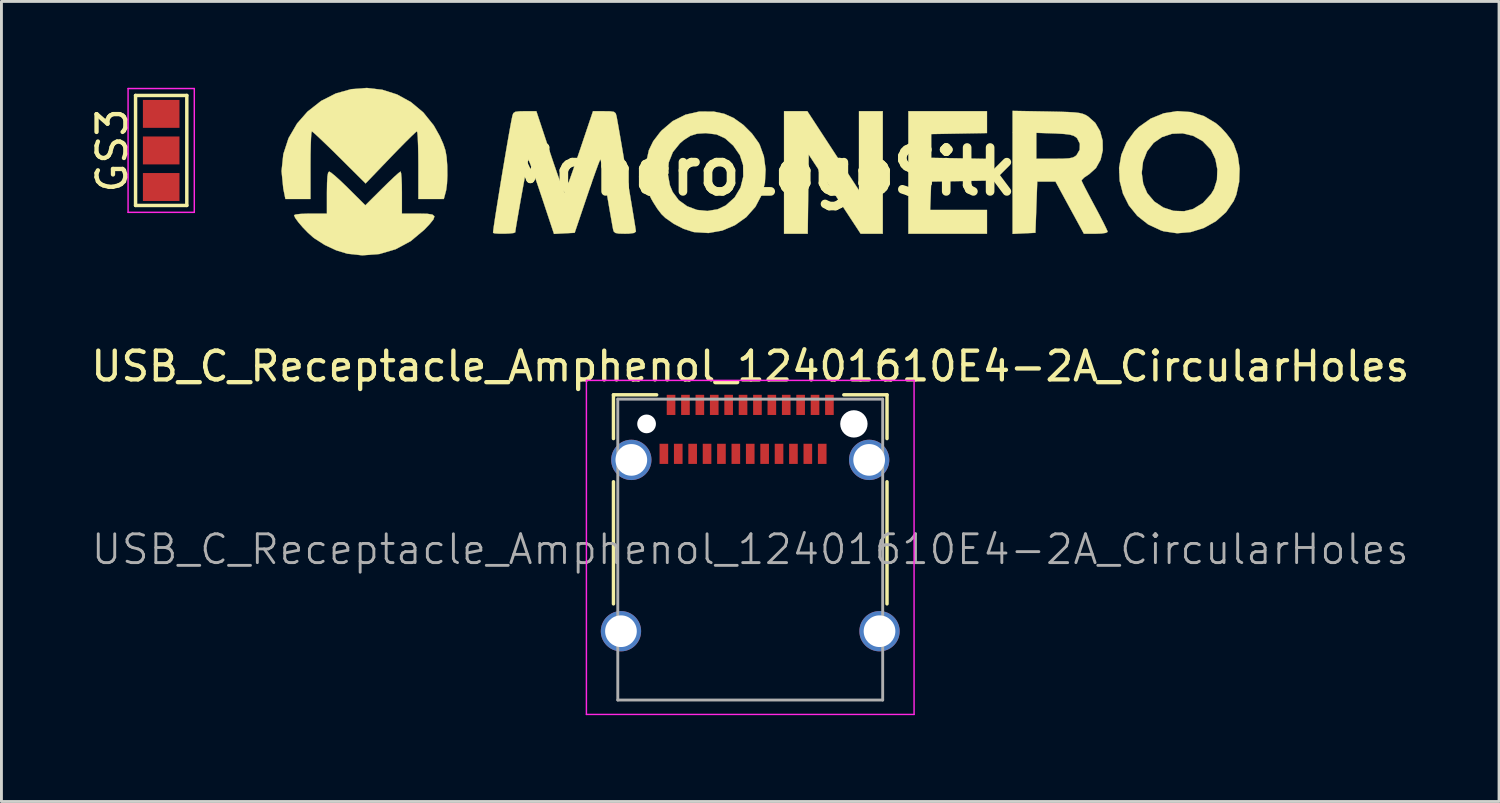
<source format=kicad_pcb>
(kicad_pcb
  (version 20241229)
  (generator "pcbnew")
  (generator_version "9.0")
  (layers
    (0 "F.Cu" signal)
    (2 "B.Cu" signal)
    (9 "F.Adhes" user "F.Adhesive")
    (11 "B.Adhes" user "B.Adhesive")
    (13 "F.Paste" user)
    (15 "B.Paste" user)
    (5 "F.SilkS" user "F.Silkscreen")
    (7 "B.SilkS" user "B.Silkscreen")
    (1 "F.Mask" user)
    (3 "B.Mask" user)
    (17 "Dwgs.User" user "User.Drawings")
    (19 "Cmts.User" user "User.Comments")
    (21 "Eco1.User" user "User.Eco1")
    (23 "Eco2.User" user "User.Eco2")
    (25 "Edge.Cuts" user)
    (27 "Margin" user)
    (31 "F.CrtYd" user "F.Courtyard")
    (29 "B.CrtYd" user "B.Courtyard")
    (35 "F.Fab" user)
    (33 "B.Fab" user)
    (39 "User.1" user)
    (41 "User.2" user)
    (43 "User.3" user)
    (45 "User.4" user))
  (footprint "MoneroLogoSilk"
    (layer "F.Cu")
    (at 23.354 2.908)
    (property "Reference" "MoneroLogoSilk" (at 0 0 0) (layer "F.SilkS") (effects (font (size 1.524 1.524) (thickness 0.3))))
    (attr through_hole)
    (fp_poly (pts (xy 2.533 -0.721) (xy 3.429 0.653) (xy 3.429 -2.095) (xy 4.255 -2.095) (xy 4.255 2.159) (xy 3.486 2.159) (xy 2.584 0.784) (xy 1.683 -0.59) (xy 1.666 0.784) (xy 1.649 2.159) (xy 0.826 2.159) (xy 0.826 -2.095) (xy 1.636 -2.095) (xy 2.533 -0.721)) (stroke (width 0.01) (type solid)) (fill yes) (layer "F.SilkS"))
    (fp_poly (pts (xy 7.874 -1.337) (xy 5.937 -1.302) (xy 5.937 -0.476) (xy 6.906 -0.459) (xy 7.874 -0.441) (xy 7.874 0.314) (xy 5.937 0.349) (xy 5.919 0.841) (xy 5.9 1.333) (xy 7.874 1.333) (xy 7.874 2.159) (xy 5.144 2.159) (xy 5.144 -2.095) (xy 7.874 -2.095) (xy 7.874 -1.337)) (stroke (width 0.01) (type solid)) (fill yes) (layer "F.SilkS"))
    (fp_poly (pts (xy -12.474 0.059) (xy -12.459 0.221) (xy -12.449 0.459) (xy -12.446 0.73) (xy -12.446 1.46) (xy -11.874 1.46) (xy -11.572 1.466) (xy -11.388 1.493) (xy -11.315 1.554) (xy -11.351 1.663) (xy -11.489 1.833) (xy -11.669 2.022) (xy -12.139 2.416) (xy -12.663 2.698) (xy -13.228 2.864) (xy -13.822 2.91) (xy -14.34 2.853) (xy -14.722 2.738) (xy -15.123 2.551) (xy -15.484 2.32) (xy -15.537 2.279) (xy -15.712 2.122) (xy -15.89 1.938) (xy -16.045 1.756) (xy -16.154 1.605) (xy -16.192 1.515) (xy -16.134 1.491) (xy -15.976 1.472) (xy -15.749 1.462) (xy -15.621 1.46) (xy -15.05 1.46) (xy -15.05 0.73) (xy -15.045 0.392) (xy -15.032 0.166) (xy -15.008 0.04) (xy -14.972 0.000015) (xy -14.971 0) (xy -14.899 0.043) (xy -14.758 0.159) (xy -14.566 0.333) (xy -14.344 0.547) (xy -14.305 0.586) (xy -13.716 1.172) (xy -13.127 0.586) (xy -12.905 0.368) (xy -12.714 0.186) (xy -12.572 0.059) (xy -12.497 0.002) (xy -12.492 0) (xy -12.474 0.059)) (stroke (width 0.01) (type solid)) (fill yes) (layer "F.SilkS"))
    (fp_poly (pts (xy -13.128 -2.841) (xy -12.613 -2.677) (xy -12.133 -2.413) (xy -11.703 -2.054) (xy -11.339 -1.601) (xy -11.128 -1.227) (xy -11.009 -0.958) (xy -10.935 -0.737) (xy -10.894 -0.508) (xy -10.872 -0.215) (xy -10.87 -0.161) (xy -10.867 0.139) (xy -10.88 0.423) (xy -10.908 0.641) (xy -10.918 0.683) (xy -10.99 0.952) (xy -11.432 0.953) (xy -11.874 0.953) (xy -11.874 -0.222) (xy -11.877 -0.593) (xy -11.884 -0.915) (xy -11.894 -1.17) (xy -11.907 -1.338) (xy -11.922 -1.398) (xy -11.979 -1.355) (xy -12.108 -1.233) (xy -12.297 -1.047) (xy -12.531 -0.81) (xy -12.796 -0.537) (xy -12.838 -0.493) (xy -13.707 0.413) (xy -14.617 -0.492) (xy -14.895 -0.767) (xy -15.144 -1.007) (xy -15.348 -1.201) (xy -15.495 -1.335) (xy -15.569 -1.395) (xy -15.574 -1.397) (xy -15.589 -1.337) (xy -15.602 -1.169) (xy -15.612 -0.914) (xy -15.619 -0.592) (xy -15.621 -0.222) (xy -15.621 0.953) (xy -16.492 0.953) (xy -16.565 0.593) (xy -16.626 -0.017) (xy -16.564 -0.605) (xy -16.383 -1.16) (xy -16.085 -1.671) (xy -15.725 -2.081) (xy -15.252 -2.453) (xy -14.742 -2.712) (xy -14.208 -2.861) (xy -13.665 -2.903) (xy -13.128 -2.841)) (stroke (width 0.01) (type solid)) (fill yes) (layer "F.SilkS"))
    (fp_poly (pts (xy 14.957 -2.066) (xy 15.411 -1.926) (xy 15.825 -1.678) (xy 15.996 -1.53) (xy 16.181 -1.329) (xy 16.346 -1.117) (xy 16.437 -0.971) (xy 16.583 -0.565) (xy 16.648 -0.106) (xy 16.631 0.365) (xy 16.534 0.805) (xy 16.442 1.025) (xy 16.177 1.411) (xy 15.824 1.726) (xy 15.408 1.959) (xy 14.952 2.102) (xy 14.479 2.143) (xy 14.013 2.075) (xy 13.925 2.048) (xy 13.47 1.835) (xy 13.095 1.539) (xy 12.802 1.177) (xy 12.597 0.767) (xy 12.483 0.326) (xy 12.47 0.044) (xy 13.248 0.044) (xy 13.301 0.427) (xy 13.438 0.748) (xy 13.684 1.04) (xy 13.999 1.249) (xy 14.355 1.365) (xy 14.724 1.378) (xy 15.036 1.298) (xy 15.378 1.089) (xy 15.658 0.781) (xy 15.76 0.609) (xy 15.861 0.289) (xy 15.875 -0.075) (xy 15.806 -0.436) (xy 15.658 -0.75) (xy 15.641 -0.774) (xy 15.368 -1.055) (xy 15.036 -1.24) (xy 14.673 -1.327) (xy 14.302 -1.313) (xy 13.949 -1.196) (xy 13.663 -0.997) (xy 13.433 -0.701) (xy 13.294 -0.343) (xy 13.248 0.044) (xy 12.47 0.044) (xy 12.462 -0.129) (xy 12.54 -0.581) (xy 12.72 -1.012) (xy 13.005 -1.405) (xy 13.151 -1.549) (xy 13.561 -1.84) (xy 14.012 -2.023) (xy 14.484 -2.098) (xy 14.957 -2.066)) (stroke (width 0.01) (type solid)) (fill yes) (layer "F.SilkS"))
    (fp_poly (pts (xy 9.954 -2.086) (xy 10.374 -2.077) (xy 10.688 -2.067) (xy 10.917 -2.054) (xy 11.08 -2.034) (xy 11.199 -2.006) (xy 11.294 -1.967) (xy 11.384 -1.914) (xy 11.634 -1.692) (xy 11.803 -1.403) (xy 11.89 -1.075) (xy 11.895 -0.735) (xy 11.819 -0.408) (xy 11.66 -0.123) (xy 11.419 0.095) (xy 11.393 0.111) (xy 11.247 0.21) (xy 11.167 0.294) (xy 11.161 0.32) (xy 11.196 0.397) (xy 11.28 0.564) (xy 11.403 0.799) (xy 11.553 1.081) (xy 11.621 1.208) (xy 11.778 1.503) (xy 11.911 1.76) (xy 12.008 1.957) (xy 12.06 2.074) (xy 12.065 2.095) (xy 12.006 2.129) (xy 11.85 2.152) (xy 11.652 2.159) (xy 11.239 2.159) (xy 11.075 1.857) (xy 10.973 1.67) (xy 10.832 1.412) (xy 10.675 1.124) (xy 10.582 0.953) (xy 10.254 0.349) (xy 9.62 0.349) (xy 9.557 2.127) (xy 8.763 2.165) (xy 8.763 -0.445) (xy 9.588 -0.445) (xy 10.223 -0.445) (xy 10.523 -0.448) (xy 10.724 -0.46) (xy 10.854 -0.487) (xy 10.941 -0.533) (xy 10.986 -0.572) (xy 11.092 -0.756) (xy 11.099 -0.966) (xy 11.007 -1.152) (xy 10.979 -1.181) (xy 10.89 -1.24) (xy 10.76 -1.28) (xy 10.562 -1.305) (xy 10.269 -1.322) (xy 10.217 -1.324) (xy 9.588 -1.345) (xy 9.588 -0.445) (xy 8.763 -0.445) (xy 8.763 -2.107) (xy 9.954 -2.086)) (stroke (width 0.01) (type solid)) (fill yes) (layer "F.SilkS"))
    (fp_poly (pts (xy -1.608 -2.081) (xy -1.254 -2.007) (xy -0.925 -1.86) (xy -0.592 -1.623) (xy -0.291 -1.324) (xy -0.054 -0.996) (xy -0.017 -0.927) (xy 0.126 -0.528) (xy 0.186 -0.075) (xy 0.162 0.387) (xy 0.059 0.793) (xy -0.168 1.224) (xy -0.487 1.584) (xy -0.879 1.863) (xy -1.322 2.05) (xy -1.799 2.134) (xy -2.288 2.104) (xy -2.335 2.095) (xy -2.662 1.989) (xy -2.999 1.818) (xy -3.293 1.612) (xy -3.433 1.477) (xy -3.572 1.295) (xy -3.719 1.064) (xy -3.792 0.934) (xy -3.878 0.75) (xy -3.93 0.579) (xy -3.956 0.376) (xy -3.966 0.099) (xy -3.966 0.072) (xy -3.212 0.072) (xy -3.139 0.475) (xy -3.042 0.709) (xy -2.83 0.995) (xy -2.54 1.205) (xy -2.199 1.332) (xy -1.836 1.369) (xy -1.478 1.31) (xy -1.197 1.176) (xy -0.89 0.9) (xy -0.684 0.552) (xy -0.591 0.175) (xy -0.596 -0.224) (xy -0.707 -0.57) (xy -0.933 -0.895) (xy -0.944 -0.907) (xy -1.22 -1.153) (xy -1.518 -1.289) (xy -1.879 -1.333) (xy -1.899 -1.334) (xy -2.195 -1.314) (xy -2.43 -1.241) (xy -2.657 -1.094) (xy -2.791 -0.979) (xy -3.035 -0.677) (xy -3.177 -0.319) (xy -3.212 0.072) (xy -3.966 0.072) (xy -3.966 0.032) (xy -3.945 -0.396) (xy -3.868 -0.744) (xy -3.719 -1.052) (xy -3.484 -1.36) (xy -3.421 -1.43) (xy -3.039 -1.755) (xy -2.597 -1.975) (xy -2.113 -2.085) (xy -1.608 -2.081)) (stroke (width 0.01) (type solid)) (fill yes) (layer "F.SilkS"))
    (fp_poly (pts (xy -7.304 -0.671) (xy -7.17 -0.272) (xy -7.047 0.081) (xy -6.942 0.373) (xy -6.86 0.588) (xy -6.808 0.709) (xy -6.792 0.729) (xy -6.761 0.664) (xy -6.697 0.496) (xy -6.605 0.242) (xy -6.491 -0.082) (xy -6.362 -0.457) (xy -6.281 -0.695) (xy -5.81 -2.095) (xy -5.418 -2.095) (xy -5.203 -2.092) (xy -5.082 -2.073) (xy -5.023 -2.025) (xy -4.994 -1.936) (xy -4.991 -1.921) (xy -4.966 -1.783) (xy -4.924 -1.549) (xy -4.87 -1.238) (xy -4.806 -0.867) (xy -4.736 -0.455) (xy -4.663 -0.021) (xy -4.589 0.417) (xy -4.519 0.84) (xy -4.454 1.23) (xy -4.398 1.568) (xy -4.355 1.835) (xy -4.327 2.014) (xy -4.318 2.084) (xy -4.38 2.132) (xy -4.562 2.156) (xy -4.698 2.159) (xy -4.912 2.154) (xy -5.031 2.132) (xy -5.088 2.082) (xy -5.109 2.016) (xy -5.13 1.909) (xy -5.167 1.7) (xy -5.218 1.412) (xy -5.277 1.067) (xy -5.334 0.735) (xy -5.396 0.371) (xy -5.453 0.052) (xy -5.5 -0.201) (xy -5.534 -0.367) (xy -5.55 -0.427) (xy -5.576 -0.377) (xy -5.636 -0.224) (xy -5.724 0.017) (xy -5.834 0.326) (xy -5.958 0.688) (xy -6.009 0.838) (xy -6.445 2.127) (xy -7.164 2.165) (xy -7.596 0.863) (xy -7.724 0.484) (xy -7.839 0.15) (xy -7.935 -0.121) (xy -8.007 -0.312) (xy -8.048 -0.406) (xy -8.055 -0.412) (xy -8.071 -0.347) (xy -8.105 -0.179) (xy -8.153 0.067) (xy -8.209 0.37) (xy -8.27 0.705) (xy -8.332 1.05) (xy -8.39 1.382) (xy -8.441 1.677) (xy -8.481 1.913) (xy -8.504 2.067) (xy -8.509 2.111) (xy -8.565 2.134) (xy -8.707 2.15) (xy -8.891 2.158) (xy -9.077 2.157) (xy -9.221 2.147) (xy -9.28 2.129) (xy -9.275 2.064) (xy -9.252 1.891) (xy -9.213 1.629) (xy -9.161 1.297) (xy -9.099 0.911) (xy -9.031 0.489) (xy -8.959 0.051) (xy -8.885 -0.386) (xy -8.814 -0.805) (xy -8.748 -1.187) (xy -8.69 -1.514) (xy -8.643 -1.768) (xy -8.609 -1.932) (xy -8.605 -1.953) (xy -8.573 -2.031) (xy -8.506 -2.074) (xy -8.372 -2.092) (xy -8.173 -2.096) (xy -7.776 -2.096) (xy -7.304 -0.671)) (stroke (width 0.01) (type solid)) (fill yes) (layer "F.SilkS")))
  (footprint "USB_C_Receptacle_Amphenol_12401610E4-2A_CircularHoles"
    (layer "F.Cu")
    (at 23.006 16.032)
    (property "Reference" "USB_C_Receptacle_Amphenol_12401610E4-2A_CircularHoles" (at 0 -6.36 0) (layer "F.SilkS") (effects (font (size 1 1) (thickness 0.15))))
    (attr smd)
    (fp_line (start -4.75 -5.37) (end -4.75 -3.85) (stroke (width 0.12) (type solid)) (layer "F.SilkS"))
    (fp_line (start -4.75 -5.37) (end -3.25 -5.37) (stroke (width 0.12) (type solid)) (layer "F.SilkS"))
    (fp_line (start -4.75 -2.35) (end -4.75 1.89) (stroke (width 0.12) (type solid)) (layer "F.SilkS"))
    (fp_line (start 3.25 -5.37) (end 4.75 -5.37) (stroke (width 0.12) (type solid)) (layer "F.SilkS"))
    (fp_line (start 4.75 -5.37) (end 4.75 -3.85) (stroke (width 0.12) (type solid)) (layer "F.SilkS"))
    (fp_line (start 4.75 -2.35) (end 4.75 1.89) (stroke (width 0.12) (type solid)) (layer "F.SilkS"))
    (fp_line (start -5.69 -5.87) (end 5.69 -5.87) (stroke (width 0.05) (type solid)) (layer "F.CrtYd"))
    (fp_line (start -5.69 5.73) (end -5.69 -5.87) (stroke (width 0.05) (type solid)) (layer "F.CrtYd"))
    (fp_line (start 5.69 -5.87) (end 5.69 5.73) (stroke (width 0.05) (type solid)) (layer "F.CrtYd"))
    (fp_line (start 5.69 5.73) (end -5.69 5.73) (stroke (width 0.05) (type solid)) (layer "F.CrtYd"))
    (fp_line (start -4.6 -5.22) (end 4.6 -5.22) (stroke (width 0.1) (type solid)) (layer "F.Fab"))
    (fp_line (start -4.6 5.23) (end -4.6 -5.22) (stroke (width 0.1) (type solid)) (layer "F.Fab"))
    (fp_line (start -4.6 5.23) (end 4.6 5.23) (stroke (width 0.1) (type solid)) (layer "F.Fab"))
    (fp_line (start 4.6 5.23) (end 4.6 -5.22) (stroke (width 0.1) (type solid)) (layer "F.Fab"))
    (fp_text user "${REFERENCE}" (at 0 0 0) (layer "F.Fab") (effects (font (size 1 1) (thickness 0.1))))
    (pad "" np_thru_hole circle (at -3.6 -4.36) (size 0.65 0.65) (drill 0.65) (layers "*.Cu" "*.Mask"))
    (pad "" np_thru_hole circle (at 3.6 -4.36) (size 0.95 0.95) (drill 0.95) (layers "*.Cu" "*.Mask"))
    (pad "A1" smd rect (at -2.75 -5.02) (size 0.3 0.7) (layers "F.Cu" "F.Mask" "F.Paste"))
    (pad "A2" smd rect (at -2.25 -5.02) (size 0.3 0.7) (layers "F.Cu" "F.Mask" "F.Paste"))
    (pad "A3" smd rect (at -1.75 -5.02) (size 0.3 0.7) (layers "F.Cu" "F.Mask" "F.Paste"))
    (pad "A4" smd rect (at -1.25 -5.02) (size 0.3 0.7) (layers "F.Cu" "F.Mask" "F.Paste"))
    (pad "A5" smd rect (at -0.75 -5.02) (size 0.3 0.7) (layers "F.Cu" "F.Mask" "F.Paste"))
    (pad "A6" smd rect (at -0.25 -5.02) (size 0.3 0.7) (layers "F.Cu" "F.Mask" "F.Paste"))
    (pad "A7" smd rect (at 0.25 -5.02) (size 0.3 0.7) (layers "F.Cu" "F.Mask" "F.Paste"))
    (pad "A8" smd rect (at 0.75 -5.02) (size 0.3 0.7) (layers "F.Cu" "F.Mask" "F.Paste"))
    (pad "A9" smd rect (at 1.25 -5.02) (size 0.3 0.7) (layers "F.Cu" "F.Mask" "F.Paste"))
    (pad "A10" smd rect (at 1.75 -5.02) (size 0.3 0.7) (layers "F.Cu" "F.Mask" "F.Paste"))
    (pad "A11" smd rect (at 2.25 -5.02) (size 0.3 0.7) (layers "F.Cu" "F.Mask" "F.Paste"))
    (pad "A12" smd rect (at 2.75 -5.02) (size 0.3 0.7) (layers "F.Cu" "F.Mask" "F.Paste"))
    (pad "B1" smd rect (at 2.5 -3.32) (size 0.3 0.7) (layers "F.Cu" "F.Mask" "F.Paste"))
    (pad "B2" smd rect (at 2 -3.32) (size 0.3 0.7) (layers "F.Cu" "F.Mask" "F.Paste"))
    (pad "B3" smd rect (at 1.5 -3.32) (size 0.3 0.7) (layers "F.Cu" "F.Mask" "F.Paste"))
    (pad "B4" smd rect (at 1 -3.32) (size 0.3 0.7) (layers "F.Cu" "F.Mask" "F.Paste"))
    (pad "B5" smd rect (at 0.5 -3.32) (size 0.3 0.7) (layers "F.Cu" "F.Mask" "F.Paste"))
    (pad "B6" smd rect (at 0 -3.32) (size 0.3 0.7) (layers "F.Cu" "F.Mask" "F.Paste"))
    (pad "B7" smd rect (at -0.5 -3.32) (size 0.3 0.7) (layers "F.Cu" "F.Mask" "F.Paste"))
    (pad "B8" smd rect (at -1 -3.32) (size 0.3 0.7) (layers "F.Cu" "F.Mask" "F.Paste"))
    (pad "B9" smd rect (at -1.5 -3.32) (size 0.3 0.7) (layers "F.Cu" "F.Mask" "F.Paste"))
    (pad "B10" smd rect (at -2 -3.32) (size 0.3 0.7) (layers "F.Cu" "F.Mask" "F.Paste"))
    (pad "B11" smd rect (at -2.5 -3.32) (size 0.3 0.7) (layers "F.Cu" "F.Mask" "F.Paste"))
    (pad "B12" smd rect (at -3 -3.32) (size 0.3 0.7) (layers "F.Cu" "F.Mask" "F.Paste"))
    (pad "S1" thru_hole circle (at -4.49 2.84) (size 1.4 1.4) (drill 1.1) (layers "*.Cu" "*.Mask"))
    (pad "S1" thru_hole circle (at -4.13 -3.11) (size 1.4 1.4) (drill 1.1) (layers "*.Cu" "*.Mask"))
    (pad "S1" thru_hole circle (at 4.13 -3.11) (size 1.4 1.4) (drill 1.1) (layers "*.Cu" "*.Mask"))
    (pad "S1" thru_hole circle (at 4.49 2.84) (size 1.4 1.4) (drill 1.1) (layers "*.Cu" "*.Mask")))
  (footprint "GS3"
    (layer "F.Cu")
    (at 2.548 2.175)
    (property "Reference" "GS3" (at -1.7 0 90) (layer "F.SilkS") (effects (font (size 1 1) (thickness 0.15))))
    (attr smd)
    (fp_line (start -0.89 -1.91) (end -0.89 1.91) (stroke (width 0.12) (type solid)) (layer "F.SilkS"))
    (fp_line (start -0.89 -1.91) (end 0.89 -1.91) (stroke (width 0.12) (type solid)) (layer "F.SilkS"))
    (fp_line (start -0.89 1.91) (end 0.89 1.91) (stroke (width 0.12) (type solid)) (layer "F.SilkS"))
    (fp_line (start 0.89 1.91) (end 0.89 -1.91) (stroke (width 0.12) (type solid)) (layer "F.SilkS"))
    (fp_line (start -1.15 -2.15) (end 1.15 -2.15) (stroke (width 0.05) (type solid)) (layer "F.CrtYd"))
    (fp_line (start -1.15 2.15) (end -1.15 -2.15) (stroke (width 0.05) (type solid)) (layer "F.CrtYd"))
    (fp_line (start 1.15 -2.15) (end 1.15 2.15) (stroke (width 0.05) (type solid)) (layer "F.CrtYd"))
    (fp_line (start 1.15 2.15) (end -1.15 2.15) (stroke (width 0.05) (type solid)) (layer "F.CrtYd"))
    (pad "1" smd rect (at 0 -1.27) (size 1.27 0.97) (layers "F.Cu" "F.Mask" "F.Paste"))
    (pad "2" smd rect (at 0 0) (size 1.27 0.97) (layers "F.Cu" "F.Mask" "F.Paste"))
    (pad "3" smd rect (at 0 1.27) (size 1.27 0.97) (layers "F.Cu" "F.Mask" "F.Paste")))
  (gr_rect
    (start -3 -3)
    (end 49.012 24.787)
    (stroke (width 0.1) (type default))
    (fill no)
    (layer "Edge.Cuts")))
</source>
